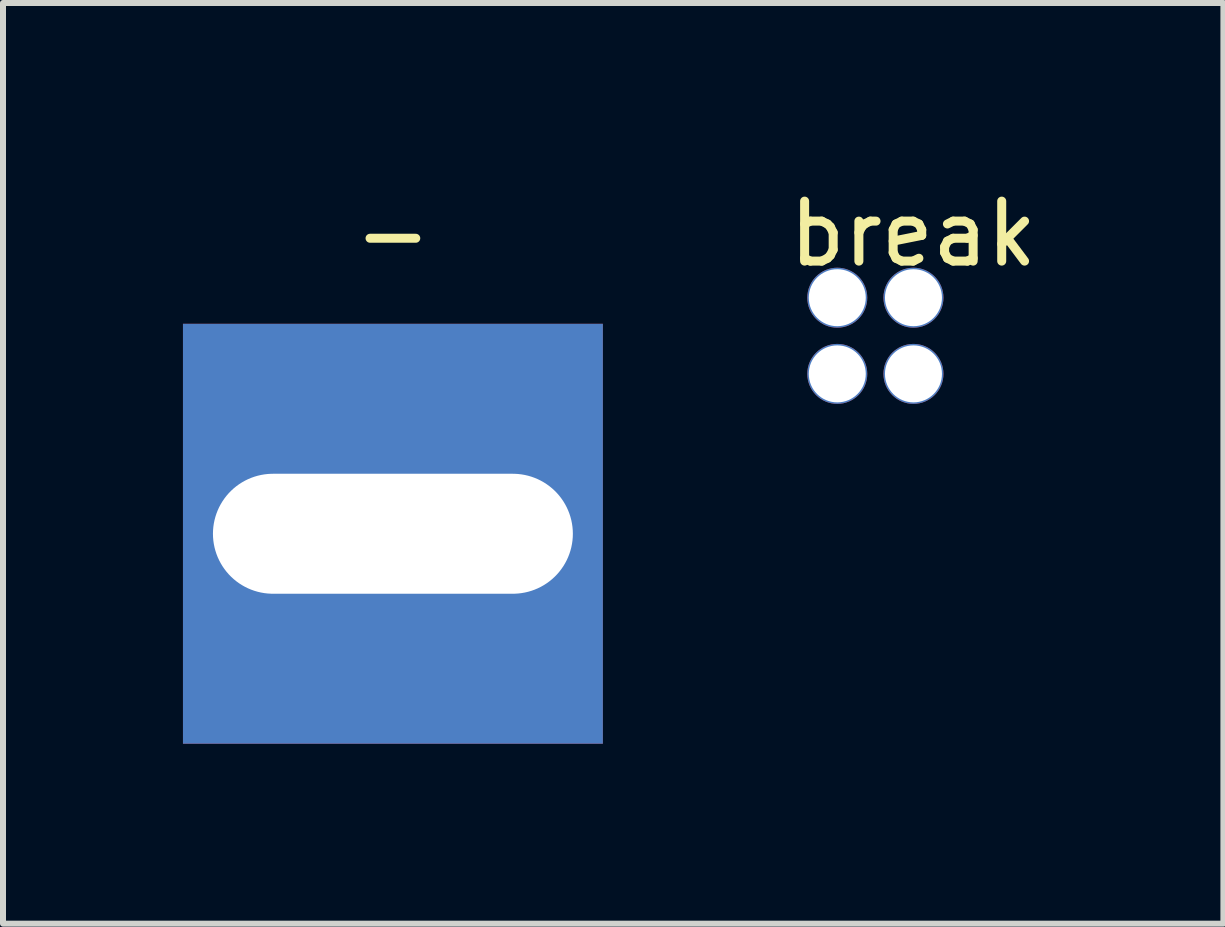
<source format=kicad_pcb>
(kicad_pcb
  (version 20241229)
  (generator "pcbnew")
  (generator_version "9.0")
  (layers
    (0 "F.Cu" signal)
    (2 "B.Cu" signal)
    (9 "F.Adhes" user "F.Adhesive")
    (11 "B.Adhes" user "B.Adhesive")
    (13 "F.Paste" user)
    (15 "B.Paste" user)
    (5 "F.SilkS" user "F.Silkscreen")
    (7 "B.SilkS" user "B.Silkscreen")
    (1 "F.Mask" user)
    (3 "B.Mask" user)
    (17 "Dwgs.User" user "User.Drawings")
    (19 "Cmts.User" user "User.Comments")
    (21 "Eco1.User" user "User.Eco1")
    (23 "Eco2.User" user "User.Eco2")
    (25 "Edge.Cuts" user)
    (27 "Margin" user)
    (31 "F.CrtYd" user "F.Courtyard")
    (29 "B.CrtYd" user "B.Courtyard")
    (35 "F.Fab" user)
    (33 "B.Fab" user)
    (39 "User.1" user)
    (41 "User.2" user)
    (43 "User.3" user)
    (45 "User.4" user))
  (footprint "break"
    (layer "F.Cu")
    (at 11.538 2.543)
    (property "Reference" "break" (at 0.635 -1.695 0) (layer "F.SilkS") (effects (font (size 1 1) (thickness 0.15))))
    (attr through_hole)
    (pad "1" thru_hole circle (at -0.63 -0.63) (size 1 1) (drill 0.95) (layers "*.Cu" "*.Mask"))
    (pad "2" thru_hole oval (at 0.64 -0.63) (size 1 1) (drill 0.95) (layers "*.Cu" "*.Mask"))
    (pad "3" thru_hole oval (at -0.63 0.64) (size 1 1) (drill 0.95) (layers "*.Cu" "*.Mask"))
    (pad "4" thru_hole oval (at 0.64 0.64) (size 1 1) (drill 0.95) (layers "*.Cu" "*.Mask")))
  (footprint "-"
    (layer "F.Cu")
    (at 3.5 5.848)
    (property "Reference" "-" (at 0 -5 0) (layer "F.SilkS") (effects (font (size 1 1) (thickness 0.15))))
    (attr through_hole)
    (pad "1" thru_hole rect (at 0 0) (size 7 7) (drill oval 6 2) (layers "*.Cu" "*.Mask")))
  (gr_rect
    (start -3 -3)
    (end 17.345 12.348)
    (stroke (width 0.1) (type default))
    (fill no)
    (layer "Edge.Cuts")))
</source>
